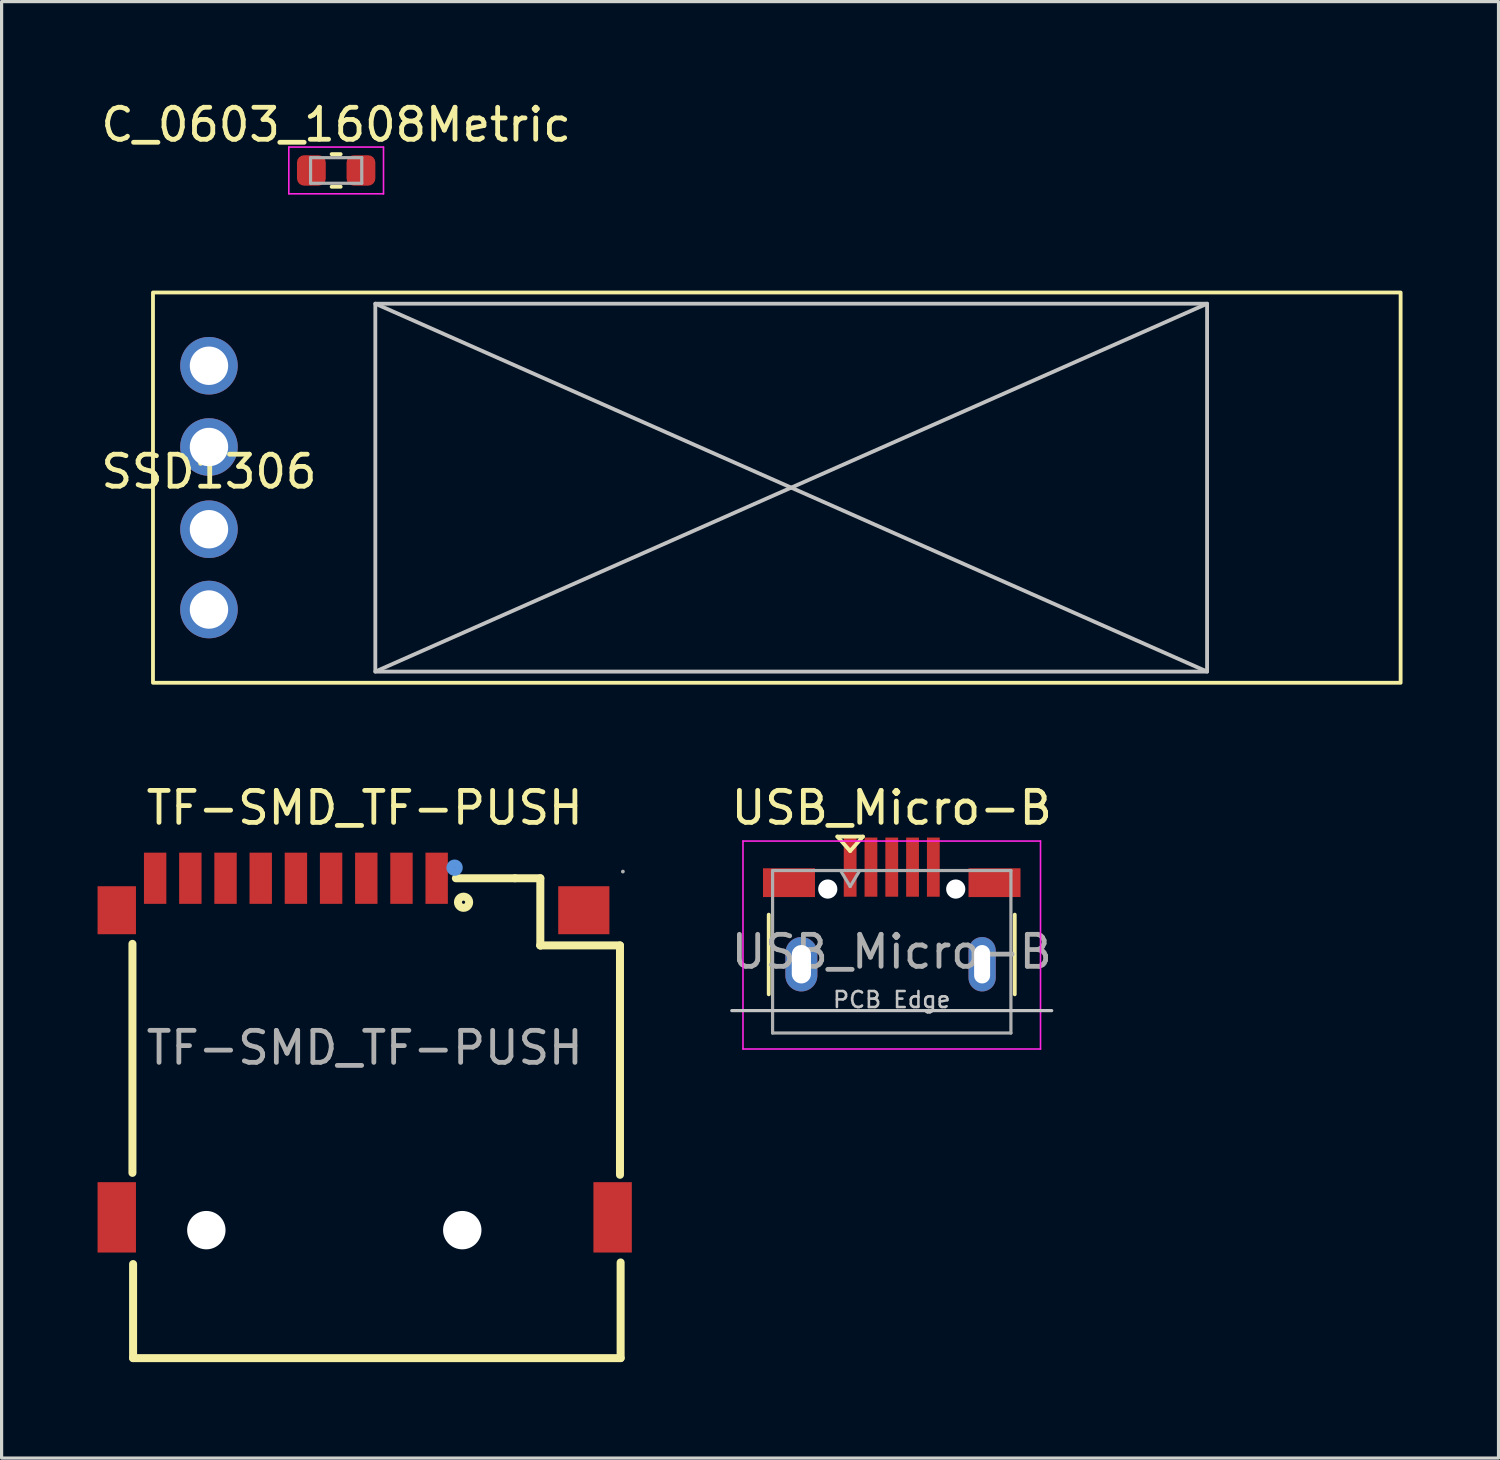
<source format=kicad_pcb>
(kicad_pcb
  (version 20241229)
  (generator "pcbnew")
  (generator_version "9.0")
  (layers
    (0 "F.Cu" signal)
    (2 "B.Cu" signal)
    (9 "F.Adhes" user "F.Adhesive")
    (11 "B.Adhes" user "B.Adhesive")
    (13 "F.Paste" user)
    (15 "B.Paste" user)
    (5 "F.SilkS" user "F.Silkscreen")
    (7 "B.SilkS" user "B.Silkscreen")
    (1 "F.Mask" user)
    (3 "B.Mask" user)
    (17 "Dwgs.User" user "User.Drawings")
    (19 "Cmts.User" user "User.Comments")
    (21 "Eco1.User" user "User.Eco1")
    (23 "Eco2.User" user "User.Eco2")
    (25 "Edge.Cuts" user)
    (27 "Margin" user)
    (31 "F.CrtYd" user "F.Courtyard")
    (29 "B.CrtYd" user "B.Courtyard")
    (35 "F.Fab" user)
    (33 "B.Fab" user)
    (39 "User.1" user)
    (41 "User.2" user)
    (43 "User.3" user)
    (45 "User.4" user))
  (footprint "TF-SMD_TF-PUSH"
    (layer "F.Cu")
    (at 8.35 29.703)
    (property "Reference" "TF-SMD_TF-PUSH" (at -0.001 -7.501 0) (layer "F.SilkS") (effects (font (size 1 1) (thickness 0.15))))
    (attr smd)
    (fp_line (start -7.26 -3.25) (end -7.26 3.91) (stroke (width 0.25) (type solid)) (layer "F.SilkS"))
    (fp_line (start -7.24 9.7) (end -7.24 6.76) (stroke (width 0.25) (type solid)) (layer "F.SilkS"))
    (fp_line (start -7.24 9.7) (end 8 9.7) (stroke (width 0.25) (type solid)) (layer "F.SilkS"))
    (fp_line (start 4.7 -5.3) (end 2.85 -5.3) (stroke (width 0.25) (type solid)) (layer "F.SilkS"))
    (fp_line (start 4.7 -5.3) (end 5.49 -5.3) (stroke (width 0.25) (type solid)) (layer "F.SilkS"))
    (fp_line (start 5.49 -5.3) (end 5.49 -3.2) (stroke (width 0.25) (type solid)) (layer "F.SilkS"))
    (fp_line (start 5.49 -3.2) (end 5.5 -3.2) (stroke (width 0.25) (type solid)) (layer "F.SilkS"))
    (fp_line (start 7.98 -3.2) (end 5.49 -3.2) (stroke (width 0.25) (type solid)) (layer "F.SilkS"))
    (fp_line (start 7.98 3.97) (end 7.98 -3.2) (stroke (width 0.25) (type solid)) (layer "F.SilkS"))
    (fp_line (start 8 9.7) (end 8 6.71) (stroke (width 0.25) (type solid)) (layer "F.SilkS"))
    (fp_circle (center 3.09 -4.55) (end 3.14 -4.55) (stroke (width 0.25) (type solid)) (fill no) (layer "F.SilkS"))
    (fp_circle (center -4.95 5.7) (end -4.75 5.7) (stroke (width 0.4) (type solid)) (fill no) (layer "Cmts.User"))
    (fp_circle (center 2.81 -5.63) (end 2.94 -5.63) (stroke (width 0.25) (type solid)) (fill no) (layer "Cmts.User"))
    (fp_circle (center 3.05 5.7) (end 3.25 5.7) (stroke (width 0.4) (type solid)) (fill no) (layer "Cmts.User"))
    (fp_circle (center 8.07 -5.51) (end 8.1 -5.51) (stroke (width 0.06) (type solid)) (fill no) (layer "F.Fab"))
    (fp_text user "${REFERENCE}" (at 0 0 0) (layer "F.Fab") (effects (font (size 1 1) (thickness 0.15))))
    (pad "" np_thru_hole circle (at -4.95 5.7) (size 1.2 1.2) (drill 1.2) (layers "*.Cu" "*.Mask"))
    (pad "" np_thru_hole circle (at 3.05 5.7) (size 1.2 1.2) (drill 1.2) (layers "*.Cu" "*.Mask"))
    (pad "1" smd rect (at 2.25 -5.3) (size 0.7 1.6) (layers "F.Cu" "F.Mask" "F.Paste"))
    (pad "2" smd rect (at 1.15 -5.3) (size 0.7 1.6) (layers "F.Cu" "F.Mask" "F.Paste"))
    (pad "3" smd rect (at 0.05 -5.3) (size 0.7 1.6) (layers "F.Cu" "F.Mask" "F.Paste"))
    (pad "4" smd rect (at -1.05 -5.3) (size 0.7 1.6) (layers "F.Cu" "F.Mask" "F.Paste"))
    (pad "5" smd rect (at -2.15 -5.3) (size 0.7 1.6) (layers "F.Cu" "F.Mask" "F.Paste"))
    (pad "6" smd rect (at -3.25 -5.3) (size 0.7 1.6) (layers "F.Cu" "F.Mask" "F.Paste"))
    (pad "7" smd rect (at -4.35 -5.3) (size 0.7 1.6) (layers "F.Cu" "F.Mask" "F.Paste"))
    (pad "8" smd rect (at -5.45 -5.3) (size 0.7 1.6) (layers "F.Cu" "F.Mask" "F.Paste"))
    (pad "9" smd rect (at -6.55 -5.3) (size 0.7 1.6) (layers "F.Cu" "F.Mask" "F.Paste"))
    (pad "10" smd rect (at -7.75 -4.3) (size 1.2 1.5) (layers "F.Cu" "F.Mask" "F.Paste"))
    (pad "11" smd rect (at -7.75 5.3) (size 1.2 2.2) (layers "F.Cu" "F.Mask" "F.Paste"))
    (pad "12" smd rect (at 7.75 5.3) (size 1.2 2.2) (layers "F.Cu" "F.Mask" "F.Paste"))
    (pad "13" smd rect (at 6.85 -4.3) (size 1.6 1.5) (layers "F.Cu" "F.Mask" "F.Paste")))
  (footprint "SSD1306"
    (layer "F.Cu")
    (at 21.682 12.193)
    (property "Reference" "SSD1306" (at -18.2 -0.5 0) (unlocked yes) (layer "F.SilkS") (effects (font (size 1 1) (thickness 0.15))))
    (attr smd)
    (fp_rect (start -19.95 -6.1) (end 19.05 6.1) (stroke (width 0.12) (type default)) (fill no) (layer "F.SilkS"))
    (fp_line (start -13 -5.75) (end 13 5.75) (stroke (width 0.12) (type default)) (layer "Dwgs.User"))
    (fp_line (start 13 -5.75) (end -13 5.75) (stroke (width 0.12) (type default)) (layer "Dwgs.User"))
    (fp_rect (start -13 -5.75) (end 13 5.75) (stroke (width 0.12) (type default)) (fill no) (layer "Dwgs.User"))
    (pad "1" thru_hole circle (at -18.2 -3.81) (size 1.8 1.8) (drill 1.2) (layers "*.Cu" "*.Mask"))
    (pad "2" thru_hole circle (at -18.2 -1.27) (size 1.8 1.8) (drill 1.2) (layers "*.Cu" "*.Mask"))
    (pad "3" thru_hole circle (at -18.2 1.3) (size 1.8 1.8) (drill 1.2) (layers "*.Cu" "*.Mask"))
    (pad "4" thru_hole circle (at -18.2 3.81) (size 1.8 1.8) (drill 1.2) (layers "*.Cu" "*.Mask")))
  (footprint "USB_Micro-B"
    (layer "F.Cu")
    (at 24.825 24.741)
    (property "Reference" "USB_Micro-B" (at 0 -2.54 0) (layer "F.SilkS") (effects (font (size 1 1) (thickness 0.15))))
    (attr smd)
    (fp_line (start -3.845 0.8) (end -3.845 3.29) (stroke (width 0.12) (type solid)) (layer "F.SilkS"))
    (fp_line (start -1.7 -1.64) (end -0.9 -1.64) (stroke (width 0.12) (type solid)) (layer "F.SilkS"))
    (fp_line (start -1.3 -1.19) (end -1.7 -1.64) (stroke (width 0.12) (type solid)) (layer "F.SilkS"))
    (fp_line (start -0.9 -1.64) (end -1.3 -1.19) (stroke (width 0.12) (type solid)) (layer "F.SilkS"))
    (fp_line (start 3.845 0.8) (end 3.845 3.29) (stroke (width 0.12) (type solid)) (layer "F.SilkS"))
    (fp_line (start -5 3.8) (end 5 3.8) (stroke (width 0.1) (type solid)) (layer "Dwgs.User"))
    (fp_line (start -4.65 -1.5) (end 4.65 -1.5) (stroke (width 0.05) (type solid)) (layer "F.CrtYd"))
    (fp_line (start -4.65 5) (end -4.65 -1.5) (stroke (width 0.05) (type solid)) (layer "F.CrtYd"))
    (fp_line (start -4.65 5) (end 4.65 5) (stroke (width 0.05) (type solid)) (layer "F.CrtYd"))
    (fp_line (start 4.65 5) (end 4.65 -1.5) (stroke (width 0.05) (type solid)) (layer "F.CrtYd"))
    (fp_line (start -3.725 -0.58) (end 3.725 -0.58) (stroke (width 0.1) (type solid)) (layer "F.Fab"))
    (fp_line (start -3.725 4.5) (end -3.725 -0.58) (stroke (width 0.1) (type solid)) (layer "F.Fab"))
    (fp_line (start -3.725 4.5) (end 3.725 4.5) (stroke (width 0.1) (type solid)) (layer "F.Fab"))
    (fp_line (start -1.6 -0.58) (end -1.3 -0.08) (stroke (width 0.1) (type solid)) (layer "F.Fab"))
    (fp_line (start -1.3 -0.08) (end -1 -0.58) (stroke (width 0.1) (type solid)) (layer "F.Fab"))
    (fp_line (start 3.725 4.5) (end 3.725 -0.58) (stroke (width 0.1) (type solid)) (layer "F.Fab"))
    (fp_text user "PCB Edge" (at 0 3.46 0) (layer "Dwgs.User") (effects (font (size 0.5 0.5) (thickness 0.08))))
    (fp_text user "${REFERENCE}" (at 0 1.96 0) (unlocked yes) (layer "F.Fab") (effects (font (size 1 1) (thickness 0.15))))
    (pad "" np_thru_hole circle (at -2 0) (size 0.6 0.6) (drill 0.6) (layers "*.Cu" "*.Mask"))
    (pad "" np_thru_hole circle (at 2 0) (size 0.6 0.6) (drill 0.6) (layers "*.Cu" "*.Mask"))
    (pad "1" smd rect (at -1.3 -0.685) (size 0.4 1.85) (layers "F.Cu" "F.Mask" "F.Paste"))
    (pad "2" smd rect (at -0.65 -0.685) (size 0.4 1.85) (layers "F.Cu" "F.Mask" "F.Paste"))
    (pad "3" smd rect (at 0 -0.685) (size 0.4 1.85) (layers "F.Cu" "F.Mask" "F.Paste"))
    (pad "4" smd rect (at 0.65 -0.685) (size 0.4 1.85) (layers "F.Cu" "F.Mask" "F.Paste"))
    (pad "5" smd rect (at 1.3 -0.685) (size 0.4 1.85) (layers "F.Cu" "F.Mask" "F.Paste"))
    (pad "6" smd rect (at -3.212 -0.2) (size 1.625 0.9) (layers "F.Cu" "F.Mask" "F.Paste"))
    (pad "6" thru_hole oval (at -2.825 2.35) (size 1 1.7) (drill oval 0.6 1.2) (layers "*.Cu" "*.Mask"))
    (pad "6" thru_hole oval (at 2.825 2.35) (size 0.85 1.7) (drill oval 0.5 1.2) (layers "*.Cu" "*.Mask"))
    (pad "6" smd rect (at 3.212 -0.2) (size 1.625 0.9) (layers "F.Cu" "F.Mask" "F.Paste")))
  (footprint "C_0603_1608Metric"
    (layer "F.Cu")
    (at 7.458 2.278)
    (property "Reference" "C_0603_1608Metric" (at 0 -1.43 0) (layer "F.SilkS") (effects (font (size 1 1) (thickness 0.15))))
    (attr smd)
    (fp_line (start -0.141 -0.51) (end 0.141 -0.51) (stroke (width 0.12) (type solid)) (layer "F.SilkS"))
    (fp_line (start -0.141 0.51) (end 0.141 0.51) (stroke (width 0.12) (type solid)) (layer "F.SilkS"))
    (fp_line (start -1.48 -0.73) (end 1.48 -0.73) (stroke (width 0.05) (type solid)) (layer "F.CrtYd"))
    (fp_line (start -1.48 0.73) (end -1.48 -0.73) (stroke (width 0.05) (type solid)) (layer "F.CrtYd"))
    (fp_line (start 1.48 -0.73) (end 1.48 0.73) (stroke (width 0.05) (type solid)) (layer "F.CrtYd"))
    (fp_line (start 1.48 0.73) (end -1.48 0.73) (stroke (width 0.05) (type solid)) (layer "F.CrtYd"))
    (fp_line (start -0.8 -0.4) (end 0.8 -0.4) (stroke (width 0.1) (type solid)) (layer "F.Fab"))
    (fp_line (start -0.8 0.4) (end -0.8 -0.4) (stroke (width 0.1) (type solid)) (layer "F.Fab"))
    (fp_line (start 0.8 -0.4) (end 0.8 0.4) (stroke (width 0.1) (type solid)) (layer "F.Fab"))
    (fp_line (start 0.8 0.4) (end -0.8 0.4) (stroke (width 0.1) (type solid)) (layer "F.Fab"))
    (pad "1" smd roundrect (at -0.775 0) (size 0.9 0.95) (layers "F.Cu" "F.Mask" "F.Paste") (roundrect_rratio 0.25))
    (pad "2" smd roundrect (at 0.775 0) (size 0.9 0.95) (layers "F.Cu" "F.Mask" "F.Paste") (roundrect_rratio 0.25)))
  (gr_rect
    (start -3 -3)
    (end 43.792 42.528)
    (stroke (width 0.1) (type default))
    (fill no)
    (layer "Edge.Cuts")))
</source>
